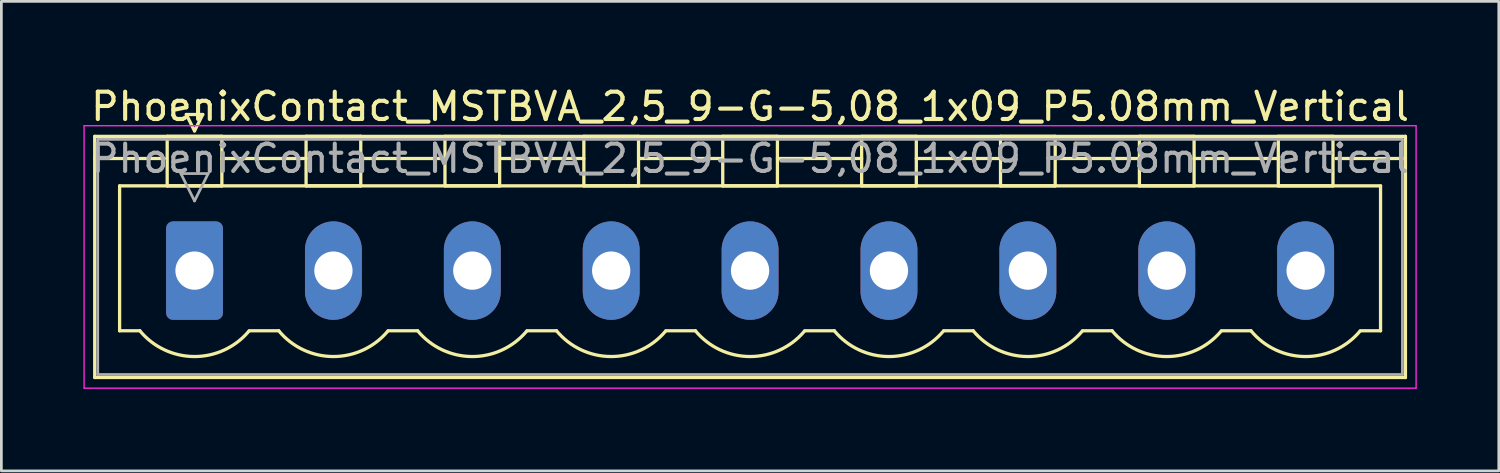
<source format=kicad_pcb>
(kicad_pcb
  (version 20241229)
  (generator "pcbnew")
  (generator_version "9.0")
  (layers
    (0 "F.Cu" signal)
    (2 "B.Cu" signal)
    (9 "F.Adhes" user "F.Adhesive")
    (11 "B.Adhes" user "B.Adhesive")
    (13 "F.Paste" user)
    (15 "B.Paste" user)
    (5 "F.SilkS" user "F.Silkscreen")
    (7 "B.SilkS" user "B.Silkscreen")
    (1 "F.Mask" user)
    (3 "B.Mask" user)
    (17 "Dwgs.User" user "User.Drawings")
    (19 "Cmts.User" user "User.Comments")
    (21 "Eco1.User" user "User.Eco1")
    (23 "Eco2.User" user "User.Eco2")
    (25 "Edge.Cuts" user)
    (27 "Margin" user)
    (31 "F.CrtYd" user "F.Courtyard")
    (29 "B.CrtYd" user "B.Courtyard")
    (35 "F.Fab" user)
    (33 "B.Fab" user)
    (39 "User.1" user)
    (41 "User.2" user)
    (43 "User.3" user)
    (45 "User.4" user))
  (footprint "PhoenixContact_MSTBVA_2,5_9-G-5,08_1x09_P5.08mm_Vertical"
    (layer "F.Cu")
    (at 4.065 6.848)
    (property "Reference" "PhoenixContact_MSTBVA_2,5_9-G-5,08_1x09_P5.08mm_Vertical" (at 20.32 -6 0) (layer "F.SilkS") (effects (font (size 1 1) (thickness 0.15))))
    (attr through_hole)
    (fp_line (start -3.65 -4.91) (end -3.65 3.91) (stroke (width 0.12) (type solid)) (layer "F.SilkS"))
    (fp_line (start -3.65 -4.1) (end -1.11 -4.1) (stroke (width 0.12) (type solid)) (layer "F.SilkS"))
    (fp_line (start -3.65 3.91) (end 44.29 3.91) (stroke (width 0.12) (type solid)) (layer "F.SilkS"))
    (fp_line (start -2.74 -3.1) (end 43.38 -3.1) (stroke (width 0.12) (type solid)) (layer "F.SilkS"))
    (fp_line (start -2.74 2.2) (end -2.74 -3.1) (stroke (width 0.12) (type solid)) (layer "F.SilkS"))
    (fp_line (start -2 2.2) (end -2.74 2.2) (stroke (width 0.12) (type solid)) (layer "F.SilkS"))
    (fp_line (start -1 -4.91) (end 1 -4.91) (stroke (width 0.12) (type solid)) (layer "F.SilkS"))
    (fp_line (start -1 -3.1) (end -1 -4.91) (stroke (width 0.12) (type solid)) (layer "F.SilkS"))
    (fp_line (start -0.3 -5.71) (end 0.3 -5.71) (stroke (width 0.12) (type solid)) (layer "F.SilkS"))
    (fp_line (start 0 -5.11) (end -0.3 -5.71) (stroke (width 0.12) (type solid)) (layer "F.SilkS"))
    (fp_line (start 0.3 -5.71) (end 0 -5.11) (stroke (width 0.12) (type solid)) (layer "F.SilkS"))
    (fp_line (start 1 -4.91) (end 1 -3.1) (stroke (width 0.12) (type solid)) (layer "F.SilkS"))
    (fp_line (start 1 -4.1) (end 4.08 -4.1) (stroke (width 0.12) (type solid)) (layer "F.SilkS"))
    (fp_line (start 1 -3.1) (end -1 -3.1) (stroke (width 0.12) (type solid)) (layer "F.SilkS"))
    (fp_line (start 2 2.2) (end 3.08 2.2) (stroke (width 0.12) (type solid)) (layer "F.SilkS"))
    (fp_line (start 4.08 -4.91) (end 6.08 -4.91) (stroke (width 0.12) (type solid)) (layer "F.SilkS"))
    (fp_line (start 4.08 -3.1) (end 4.08 -4.91) (stroke (width 0.12) (type solid)) (layer "F.SilkS"))
    (fp_line (start 6.08 -4.91) (end 6.08 -3.1) (stroke (width 0.12) (type solid)) (layer "F.SilkS"))
    (fp_line (start 6.08 -4.1) (end 9.16 -4.1) (stroke (width 0.12) (type solid)) (layer "F.SilkS"))
    (fp_line (start 6.08 -3.1) (end 4.08 -3.1) (stroke (width 0.12) (type solid)) (layer "F.SilkS"))
    (fp_line (start 7.08 2.2) (end 8.16 2.2) (stroke (width 0.12) (type solid)) (layer "F.SilkS"))
    (fp_line (start 9.16 -4.91) (end 11.16 -4.91) (stroke (width 0.12) (type solid)) (layer "F.SilkS"))
    (fp_line (start 9.16 -3.1) (end 9.16 -4.91) (stroke (width 0.12) (type solid)) (layer "F.SilkS"))
    (fp_line (start 11.16 -4.91) (end 11.16 -3.1) (stroke (width 0.12) (type solid)) (layer "F.SilkS"))
    (fp_line (start 11.16 -4.1) (end 14.24 -4.1) (stroke (width 0.12) (type solid)) (layer "F.SilkS"))
    (fp_line (start 11.16 -3.1) (end 9.16 -3.1) (stroke (width 0.12) (type solid)) (layer "F.SilkS"))
    (fp_line (start 12.16 2.2) (end 13.24 2.2) (stroke (width 0.12) (type solid)) (layer "F.SilkS"))
    (fp_line (start 14.24 -4.91) (end 16.24 -4.91) (stroke (width 0.12) (type solid)) (layer "F.SilkS"))
    (fp_line (start 14.24 -3.1) (end 14.24 -4.91) (stroke (width 0.12) (type solid)) (layer "F.SilkS"))
    (fp_line (start 16.24 -4.91) (end 16.24 -3.1) (stroke (width 0.12) (type solid)) (layer "F.SilkS"))
    (fp_line (start 16.24 -4.1) (end 19.32 -4.1) (stroke (width 0.12) (type solid)) (layer "F.SilkS"))
    (fp_line (start 16.24 -3.1) (end 14.24 -3.1) (stroke (width 0.12) (type solid)) (layer "F.SilkS"))
    (fp_line (start 17.24 2.2) (end 18.32 2.2) (stroke (width 0.12) (type solid)) (layer "F.SilkS"))
    (fp_line (start 19.32 -4.91) (end 21.32 -4.91) (stroke (width 0.12) (type solid)) (layer "F.SilkS"))
    (fp_line (start 19.32 -3.1) (end 19.32 -4.91) (stroke (width 0.12) (type solid)) (layer "F.SilkS"))
    (fp_line (start 21.32 -4.91) (end 21.32 -3.1) (stroke (width 0.12) (type solid)) (layer "F.SilkS"))
    (fp_line (start 21.32 -4.1) (end 24.4 -4.1) (stroke (width 0.12) (type solid)) (layer "F.SilkS"))
    (fp_line (start 21.32 -3.1) (end 19.32 -3.1) (stroke (width 0.12) (type solid)) (layer "F.SilkS"))
    (fp_line (start 22.32 2.2) (end 23.4 2.2) (stroke (width 0.12) (type solid)) (layer "F.SilkS"))
    (fp_line (start 24.4 -4.91) (end 26.4 -4.91) (stroke (width 0.12) (type solid)) (layer "F.SilkS"))
    (fp_line (start 24.4 -3.1) (end 24.4 -4.91) (stroke (width 0.12) (type solid)) (layer "F.SilkS"))
    (fp_line (start 26.4 -4.91) (end 26.4 -3.1) (stroke (width 0.12) (type solid)) (layer "F.SilkS"))
    (fp_line (start 26.4 -4.1) (end 29.48 -4.1) (stroke (width 0.12) (type solid)) (layer "F.SilkS"))
    (fp_line (start 26.4 -3.1) (end 24.4 -3.1) (stroke (width 0.12) (type solid)) (layer "F.SilkS"))
    (fp_line (start 27.4 2.2) (end 28.48 2.2) (stroke (width 0.12) (type solid)) (layer "F.SilkS"))
    (fp_line (start 29.48 -4.91) (end 31.48 -4.91) (stroke (width 0.12) (type solid)) (layer "F.SilkS"))
    (fp_line (start 29.48 -3.1) (end 29.48 -4.91) (stroke (width 0.12) (type solid)) (layer "F.SilkS"))
    (fp_line (start 31.48 -4.91) (end 31.48 -3.1) (stroke (width 0.12) (type solid)) (layer "F.SilkS"))
    (fp_line (start 31.48 -4.1) (end 34.56 -4.1) (stroke (width 0.12) (type solid)) (layer "F.SilkS"))
    (fp_line (start 31.48 -3.1) (end 29.48 -3.1) (stroke (width 0.12) (type solid)) (layer "F.SilkS"))
    (fp_line (start 32.48 2.2) (end 33.56 2.2) (stroke (width 0.12) (type solid)) (layer "F.SilkS"))
    (fp_line (start 34.56 -4.91) (end 36.56 -4.91) (stroke (width 0.12) (type solid)) (layer "F.SilkS"))
    (fp_line (start 34.56 -3.1) (end 34.56 -4.91) (stroke (width 0.12) (type solid)) (layer "F.SilkS"))
    (fp_line (start 36.56 -4.91) (end 36.56 -3.1) (stroke (width 0.12) (type solid)) (layer "F.SilkS"))
    (fp_line (start 36.56 -4.1) (end 39.64 -4.1) (stroke (width 0.12) (type solid)) (layer "F.SilkS"))
    (fp_line (start 36.56 -3.1) (end 34.56 -3.1) (stroke (width 0.12) (type solid)) (layer "F.SilkS"))
    (fp_line (start 37.56 2.2) (end 38.64 2.2) (stroke (width 0.12) (type solid)) (layer "F.SilkS"))
    (fp_line (start 39.64 -4.91) (end 41.64 -4.91) (stroke (width 0.12) (type solid)) (layer "F.SilkS"))
    (fp_line (start 39.64 -3.1) (end 39.64 -4.91) (stroke (width 0.12) (type solid)) (layer "F.SilkS"))
    (fp_line (start 41.64 -4.91) (end 41.64 -3.1) (stroke (width 0.12) (type solid)) (layer "F.SilkS"))
    (fp_line (start 41.64 -3.1) (end 39.64 -3.1) (stroke (width 0.12) (type solid)) (layer "F.SilkS"))
    (fp_line (start 43.38 -3.1) (end 43.38 2.2) (stroke (width 0.12) (type solid)) (layer "F.SilkS"))
    (fp_line (start 43.38 2.2) (end 42.64 2.2) (stroke (width 0.12) (type solid)) (layer "F.SilkS"))
    (fp_line (start 44.29 -4.91) (end -3.65 -4.91) (stroke (width 0.12) (type solid)) (layer "F.SilkS"))
    (fp_line (start 44.29 -4.1) (end 41.75 -4.1) (stroke (width 0.12) (type solid)) (layer "F.SilkS"))
    (fp_line (start 44.29 3.91) (end 44.29 -4.91) (stroke (width 0.12) (type solid)) (layer "F.SilkS"))
    (fp_arc (start 1.986842 2.215821) (mid -0.010289 3.142758) (end -2 2.2) (stroke (width 0.12) (type solid)) (layer "F.SilkS"))
    (fp_arc (start 7.066842 2.215821) (mid 5.069711 3.142758) (end 3.08 2.2) (stroke (width 0.12) (type solid)) (layer "F.SilkS"))
    (fp_arc (start 12.146842 2.215821) (mid 10.149711 3.142758) (end 8.16 2.2) (stroke (width 0.12) (type solid)) (layer "F.SilkS"))
    (fp_arc (start 17.226842 2.215821) (mid 15.229711 3.142758) (end 13.24 2.2) (stroke (width 0.12) (type solid)) (layer "F.SilkS"))
    (fp_arc (start 22.306842 2.215821) (mid 20.309711 3.142758) (end 18.32 2.2) (stroke (width 0.12) (type solid)) (layer "F.SilkS"))
    (fp_arc (start 27.386842 2.215821) (mid 25.389711 3.142758) (end 23.4 2.2) (stroke (width 0.12) (type solid)) (layer "F.SilkS"))
    (fp_arc (start 32.466842 2.215821) (mid 30.469711 3.142758) (end 28.48 2.2) (stroke (width 0.12) (type solid)) (layer "F.SilkS"))
    (fp_arc (start 37.546842 2.215821) (mid 35.549711 3.142758) (end 33.56 2.2) (stroke (width 0.12) (type solid)) (layer "F.SilkS"))
    (fp_arc (start 42.626842 2.215821) (mid 40.629711 3.142758) (end 38.64 2.2) (stroke (width 0.12) (type solid)) (layer "F.SilkS"))
    (fp_line (start -4.04 -5.3) (end -4.04 4.3) (stroke (width 0.05) (type solid)) (layer "F.CrtYd"))
    (fp_line (start -4.04 4.3) (end 44.68 4.3) (stroke (width 0.05) (type solid)) (layer "F.CrtYd"))
    (fp_line (start 44.68 -5.3) (end -4.04 -5.3) (stroke (width 0.05) (type solid)) (layer "F.CrtYd"))
    (fp_line (start 44.68 4.3) (end 44.68 -5.3) (stroke (width 0.05) (type solid)) (layer "F.CrtYd"))
    (fp_line (start -3.54 -4.8) (end -3.54 3.8) (stroke (width 0.1) (type solid)) (layer "F.Fab"))
    (fp_line (start -3.54 3.8) (end 44.18 3.8) (stroke (width 0.1) (type solid)) (layer "F.Fab"))
    (fp_line (start -0.5 -3.55) (end 0.5 -3.55) (stroke (width 0.1) (type solid)) (layer "F.Fab"))
    (fp_line (start 0 -2.55) (end -0.5 -3.55) (stroke (width 0.1) (type solid)) (layer "F.Fab"))
    (fp_line (start 0.5 -3.55) (end 0 -2.55) (stroke (width 0.1) (type solid)) (layer "F.Fab"))
    (fp_line (start 44.18 -4.8) (end -3.54 -4.8) (stroke (width 0.1) (type solid)) (layer "F.Fab"))
    (fp_line (start 44.18 3.8) (end 44.18 -4.8) (stroke (width 0.1) (type solid)) (layer "F.Fab"))
    (fp_text user "${REFERENCE}" (at 20.32 -4.1 0) (layer "F.Fab") (effects (font (size 1 1) (thickness 0.15))))
    (pad "1" thru_hole roundrect (at 0 0) (size 2.08 3.6) (drill 1.4) (layers "*.Cu" "*.Mask") (roundrect_rratio 0.12))
    (pad "2" thru_hole oval (at 5.08 0) (size 2.08 3.6) (drill 1.4) (layers "*.Cu" "*.Mask"))
    (pad "3" thru_hole oval (at 10.16 0) (size 2.08 3.6) (drill 1.4) (layers "*.Cu" "*.Mask"))
    (pad "4" thru_hole oval (at 15.24 0) (size 2.08 3.6) (drill 1.4) (layers "*.Cu" "*.Mask"))
    (pad "5" thru_hole oval (at 20.32 0) (size 2.08 3.6) (drill 1.4) (layers "*.Cu" "*.Mask"))
    (pad "6" thru_hole oval (at 25.4 0) (size 2.08 3.6) (drill 1.4) (layers "*.Cu" "*.Mask"))
    (pad "7" thru_hole oval (at 30.48 0) (size 2.08 3.6) (drill 1.4) (layers "*.Cu" "*.Mask"))
    (pad "8" thru_hole oval (at 35.56 0) (size 2.08 3.6) (drill 1.4) (layers "*.Cu" "*.Mask"))
    (pad "9" thru_hole oval (at 40.64 0) (size 2.08 3.6) (drill 1.4) (layers "*.Cu" "*.Mask")))
  (gr_rect
    (start -3 -3)
    (end 51.77 14.173)
    (stroke (width 0.1) (type default))
    (fill no)
    (layer "Edge.Cuts")))
</source>
